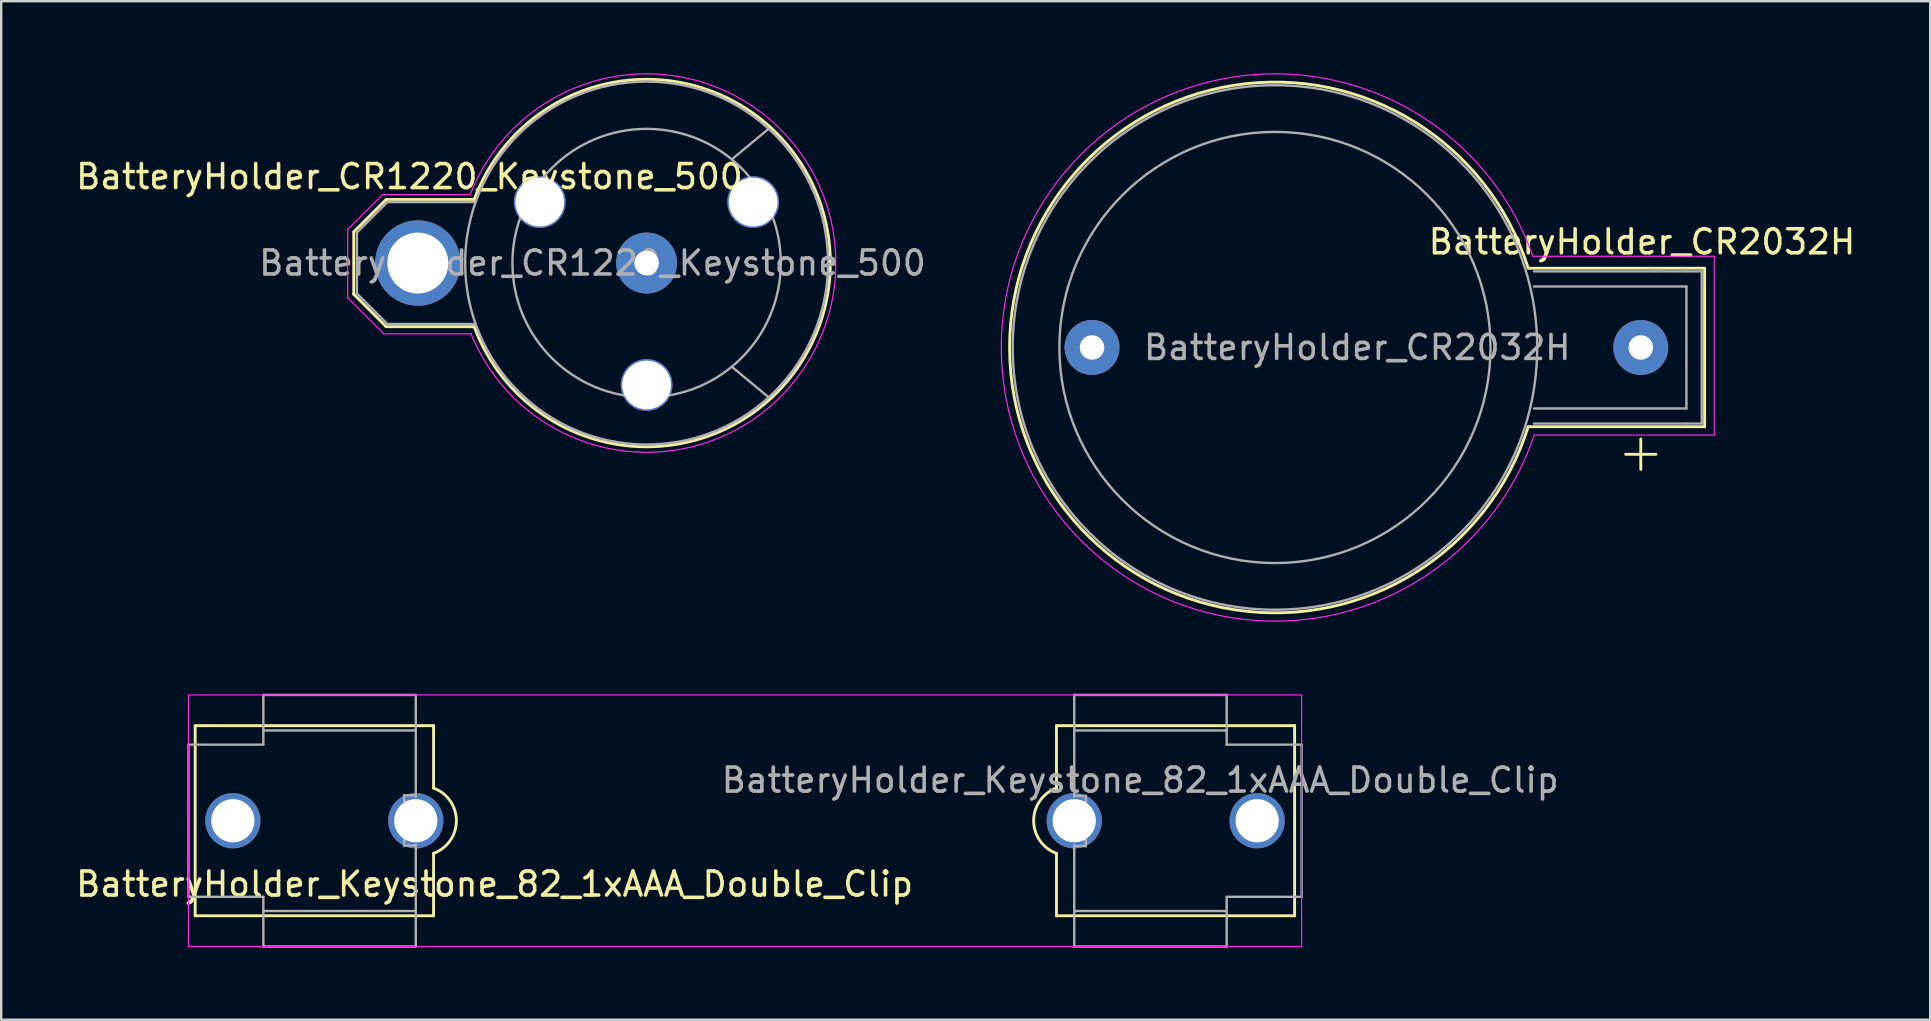
<source format=kicad_pcb>
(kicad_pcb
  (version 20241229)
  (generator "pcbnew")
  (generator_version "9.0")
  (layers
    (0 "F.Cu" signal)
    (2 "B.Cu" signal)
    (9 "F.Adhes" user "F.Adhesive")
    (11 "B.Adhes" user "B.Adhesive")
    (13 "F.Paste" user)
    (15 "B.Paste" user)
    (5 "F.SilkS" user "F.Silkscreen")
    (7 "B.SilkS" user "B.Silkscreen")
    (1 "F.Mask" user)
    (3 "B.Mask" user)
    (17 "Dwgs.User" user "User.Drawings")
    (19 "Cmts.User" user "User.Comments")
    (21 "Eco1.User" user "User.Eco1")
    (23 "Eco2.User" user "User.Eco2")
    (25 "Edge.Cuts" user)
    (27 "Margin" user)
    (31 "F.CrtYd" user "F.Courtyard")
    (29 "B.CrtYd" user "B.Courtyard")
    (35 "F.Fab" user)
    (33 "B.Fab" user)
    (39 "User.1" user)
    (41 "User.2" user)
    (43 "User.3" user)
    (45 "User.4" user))
  (footprint "BatteryHolder_Keystone_82_1xAAA_Double_Clip"
    (layer "F.Cu")
    (at 14.271 31.14)
    (property "Reference" "BatteryHolder_Keystone_82_1xAAA_Double_Clip" (at 3.283 2.64 180) (layer "F.SilkS") (effects (font (size 1 1) (thickness 0.15))))
    (attr through_hole)
    (fp_line (start -9.19 -3.96) (end -9.19 3.96) (stroke (width 0.12) (type solid)) (layer "F.SilkS"))
    (fp_line (start -9.19 3.96) (end 0.74 3.96) (stroke (width 0.12) (type solid)) (layer "F.SilkS"))
    (fp_line (start 0.74 -3.96) (end -9.19 -3.96) (stroke (width 0.12) (type solid)) (layer "F.SilkS"))
    (fp_line (start 0.74 -1.36) (end 0.74 -3.96) (stroke (width 0.12) (type solid)) (layer "F.SilkS"))
    (fp_line (start 0.74 3.96) (end 0.74 1.36) (stroke (width 0.12) (type solid)) (layer "F.SilkS"))
    (fp_line (start 26.69 -3.96) (end 26.69 -1.36) (stroke (width 0.12) (type solid)) (layer "F.SilkS"))
    (fp_line (start 26.69 1.36) (end 26.69 3.96) (stroke (width 0.12) (type solid)) (layer "F.SilkS"))
    (fp_line (start 26.697 3.96) (end 36.61 3.96) (stroke (width 0.12) (type solid)) (layer "F.SilkS"))
    (fp_line (start 36.61 -3.96) (end 26.697 -3.96) (stroke (width 0.12) (type solid)) (layer "F.SilkS"))
    (fp_line (start 36.61 3.96) (end 36.61 -3.96) (stroke (width 0.12) (type solid)) (layer "F.SilkS"))
    (fp_arc (start 0.74 -1.36) (mid 1.69094 0) (end 0.74 1.36) (stroke (width 0.12) (type solid)) (layer "F.SilkS"))
    (fp_arc (start 26.69 1.36) (mid 25.73906 0) (end 26.69 -1.36) (stroke (width 0.12) (type solid)) (layer "F.SilkS"))
    (fp_line (start -9.47 -5.24) (end 36.9 -5.24) (stroke (width 0.05) (type solid)) (layer "F.CrtYd"))
    (fp_line (start -9.47 5.24) (end -9.47 -5.24) (stroke (width 0.05) (type solid)) (layer "F.CrtYd"))
    (fp_line (start 36.9 -5.24) (end 36.9 5.24) (stroke (width 0.05) (type solid)) (layer "F.CrtYd"))
    (fp_line (start 36.9 5.24) (end -9.47 5.24) (stroke (width 0.05) (type solid)) (layer "F.CrtYd"))
    (fp_line (start -9.47 3.17) (end -9.47 -3.17) (stroke (width 0.1) (type solid)) (layer "F.Fab"))
    (fp_line (start -9.47 3.17) (end -6.35 3.17) (stroke (width 0.1) (type solid)) (layer "F.Fab"))
    (fp_line (start -6.35 -5.24) (end -6.35 -3.17) (stroke (width 0.1) (type solid)) (layer "F.Fab"))
    (fp_line (start -6.35 -3.17) (end -9.47 -3.17) (stroke (width 0.1) (type solid)) (layer "F.Fab"))
    (fp_line (start -6.35 5.24) (end -6.35 3.17) (stroke (width 0.1) (type solid)) (layer "F.Fab"))
    (fp_line (start -0.484 -1.059) (end 0 -1.059) (stroke (width 0.1) (type solid)) (layer "F.Fab"))
    (fp_line (start -0.484 -0.798) (end -0.484 -1.059) (stroke (width 0.1) (type solid)) (layer "F.Fab"))
    (fp_line (start -0.484 -0.798) (end -0.426 -0.798) (stroke (width 0.1) (type solid)) (layer "F.Fab"))
    (fp_line (start -0.484 0.774) (end -0.484 1.036) (stroke (width 0.1) (type solid)) (layer "F.Fab"))
    (fp_line (start -0.484 1.036) (end 0 1.036) (stroke (width 0.1) (type solid)) (layer "F.Fab"))
    (fp_line (start -0.426 0.774) (end -0.484 0.774) (stroke (width 0.1) (type solid)) (layer "F.Fab"))
    (fp_line (start -0.426 0.774) (end -0.426 -0.798) (stroke (width 0.1) (type solid)) (layer "F.Fab"))
    (fp_line (start 0 -5.24) (end -6.35 -5.24) (stroke (width 0.1) (type solid)) (layer "F.Fab"))
    (fp_line (start 0 -3.76) (end -6.35 -3.76) (stroke (width 0.1) (type solid)) (layer "F.Fab"))
    (fp_line (start 0 -1) (end 0 -5.24) (stroke (width 0.1) (type solid)) (layer "F.Fab"))
    (fp_line (start 0 1) (end 0 5.24) (stroke (width 0.1) (type solid)) (layer "F.Fab"))
    (fp_line (start 0 3.76) (end -6.35 3.76) (stroke (width 0.1) (type solid)) (layer "F.Fab"))
    (fp_line (start 0 5.24) (end -6.35 5.24) (stroke (width 0.1) (type solid)) (layer "F.Fab"))
    (fp_line (start 27.43 -5.24) (end 33.78 -5.24) (stroke (width 0.1) (type solid)) (layer "F.Fab"))
    (fp_line (start 27.43 -3.76) (end 33.78 -3.76) (stroke (width 0.1) (type solid)) (layer "F.Fab"))
    (fp_line (start 27.43 -1) (end 27.43 -5.24) (stroke (width 0.1) (type solid)) (layer "F.Fab"))
    (fp_line (start 27.43 1) (end 27.43 5.24) (stroke (width 0.1) (type solid)) (layer "F.Fab"))
    (fp_line (start 27.43 3.76) (end 33.78 3.76) (stroke (width 0.1) (type solid)) (layer "F.Fab"))
    (fp_line (start 27.43 5.24) (end 33.78 5.24) (stroke (width 0.1) (type solid)) (layer "F.Fab"))
    (fp_line (start 27.856 -0.774) (end 27.856 0.798) (stroke (width 0.1) (type solid)) (layer "F.Fab"))
    (fp_line (start 27.856 -0.774) (end 27.914 -0.774) (stroke (width 0.1) (type solid)) (layer "F.Fab"))
    (fp_line (start 27.914 -1.036) (end 27.43 -1.036) (stroke (width 0.1) (type solid)) (layer "F.Fab"))
    (fp_line (start 27.914 -0.774) (end 27.914 -1.036) (stroke (width 0.1) (type solid)) (layer "F.Fab"))
    (fp_line (start 27.914 0.798) (end 27.856 0.798) (stroke (width 0.1) (type solid)) (layer "F.Fab"))
    (fp_line (start 27.914 0.798) (end 27.914 1.059) (stroke (width 0.1) (type solid)) (layer "F.Fab"))
    (fp_line (start 27.914 1.059) (end 27.43 1.059) (stroke (width 0.1) (type solid)) (layer "F.Fab"))
    (fp_line (start 33.78 -5.24) (end 33.78 -3.17) (stroke (width 0.1) (type solid)) (layer "F.Fab"))
    (fp_line (start 33.78 3.17) (end 36.9 3.17) (stroke (width 0.1) (type solid)) (layer "F.Fab"))
    (fp_line (start 33.78 5.24) (end 33.78 3.17) (stroke (width 0.1) (type solid)) (layer "F.Fab"))
    (fp_line (start 36.9 -3.17) (end 33.78 -3.17) (stroke (width 0.1) (type solid)) (layer "F.Fab"))
    (fp_line (start 36.9 -3.17) (end 36.9 3.17) (stroke (width 0.1) (type solid)) (layer "F.Fab"))
    (fp_text user "${REFERENCE}" (at 30.177 -1.69 0) (layer "F.Fab") (effects (font (size 1 1) (thickness 0.15))))
    (pad "1" thru_hole circle (at -7.62 0 180) (size 2.3 2.3) (drill 1.8) (layers "*.Cu" "*.Mask"))
    (pad "1" thru_hole circle (at 0 0 180) (size 2.3 2.3) (drill 1.8) (layers "*.Cu" "*.Mask"))
    (pad "2" thru_hole circle (at 27.43 0) (size 2.3 2.3) (drill 1.8) (layers "*.Cu" "*.Mask"))
    (pad "2" thru_hole circle (at 35.05 0) (size 2.3 2.3) (drill 1.8) (layers "*.Cu" "*.Mask")))
  (footprint "BatteryHolder_CR1220_Keystone_500"
    (layer "F.Cu")
    (at 14.356 7.908)
    (property "Reference" "BatteryHolder_CR1220_Keystone_500" (at -0.35 -3.6 0) (layer "F.SilkS") (effects (font (size 1 1) (thickness 0.15))))
    (attr through_hole)
    (fp_line (start -2.67 -1.3) (end -1.32 -2.65) (stroke (width 0.12) (type solid)) (layer "F.SilkS"))
    (fp_line (start -2.67 1.3) (end -2.67 -1.3) (stroke (width 0.12) (type solid)) (layer "F.SilkS"))
    (fp_line (start -1.32 -2.65) (end 2.33 -2.65) (stroke (width 0.12) (type solid)) (layer "F.SilkS"))
    (fp_line (start -1.32 2.65) (end -2.67 1.3) (stroke (width 0.12) (type solid)) (layer "F.SilkS"))
    (fp_line (start 2.33 2.65) (end -1.32 2.65) (stroke (width 0.12) (type solid)) (layer "F.SilkS"))
    (fp_arc (start 2.33 -2.6) (mid 17.185039 -0.019344) (end 2.343232 2.636355) (stroke (width 0.12) (type solid)) (layer "F.SilkS"))
    (fp_line (start -2.92 -1.4) (end -1.47 -2.85) (stroke (width 0.05) (type solid)) (layer "F.CrtYd"))
    (fp_line (start -2.92 1.45) (end -2.92 -1.4) (stroke (width 0.05) (type solid)) (layer "F.CrtYd"))
    (fp_line (start -1.47 -2.85) (end 2.18 -2.85) (stroke (width 0.05) (type solid)) (layer "F.CrtYd"))
    (fp_line (start -1.42 2.95) (end -2.92 1.45) (stroke (width 0.05) (type solid)) (layer "F.CrtYd"))
    (fp_line (start 2.23 2.95) (end -1.42 2.95) (stroke (width 0.05) (type solid)) (layer "F.CrtYd"))
    (fp_arc (start 2.18 -2.85) (mid 17.413098 -0.042094) (end 2.210855 2.92833) (stroke (width 0.05) (type solid)) (layer "F.CrtYd"))
    (fp_line (start -2.54 -1.27) (end -1.27 -2.54) (stroke (width 0.1) (type solid)) (layer "F.Fab"))
    (fp_line (start -2.54 1.27) (end -2.54 -1.27) (stroke (width 0.1) (type solid)) (layer "F.Fab"))
    (fp_line (start -1.27 -2.54) (end 2.41 -2.54) (stroke (width 0.1) (type solid)) (layer "F.Fab"))
    (fp_line (start -1.27 2.54) (end -2.54 1.27) (stroke (width 0.1) (type solid)) (layer "F.Fab"))
    (fp_line (start -1.27 2.54) (end 2.41 2.54) (stroke (width 0.1) (type solid)) (layer "F.Fab"))
    (fp_line (start 13.08 -4.32) (end 14.61 -5.59) (stroke (width 0.1) (type solid)) (layer "F.Fab"))
    (fp_line (start 13.08 4.32) (end 14.61 5.59) (stroke (width 0.1) (type solid)) (layer "F.Fab"))
    (fp_circle (center 9.53 0) (end 2.41 2.54) (stroke (width 0.1) (type solid)) (fill no) (layer "F.Fab"))
    (fp_circle (center 9.53 0) (end 3.94 0) (stroke (width 0.1) (type solid)) (fill no) (layer "F.Fab"))
    (fp_text user "${REFERENCE}" (at 7.275 0 0) (layer "F.Fab") (effects (font (size 1 1) (thickness 0.15))))
    (pad "" thru_hole circle (at 5.08 -2.54) (size 2.16 2.16) (drill 2.03) (layers "*.Cu" "*.Mask"))
    (pad "" thru_hole circle (at 9.53 5.08) (size 2.16 2.16) (drill 2.03) (layers "*.Cu" "*.Mask"))
    (pad "" thru_hole circle (at 13.97 -2.54) (size 2.16 2.16) (drill 2.03) (layers "*.Cu" "*.Mask"))
    (pad "1" thru_hole circle (at 0 0) (size 3.56 3.56) (drill 2.54) (layers "*.Cu" "*.Mask"))
    (pad "2" thru_hole circle (at 9.53 0) (size 2.54 2.54) (drill 1.02) (layers "*.Cu" "*.Mask")))
  (footprint "BatteryHolder_CR2032H"
    (layer "F.Cu")
    (at 65.302 11.425)
    (property "Reference" "BatteryHolder_CR2032H" (at 0.05 -4.4 0) (layer "F.SilkS") (effects (font (size 1 1) (thickness 0.15))))
    (attr through_hole)
    (fp_line (start -4.69 -3.3) (end 2.66 -3.3) (stroke (width 0.12) (type solid)) (layer "F.SilkS"))
    (fp_line (start -0.63 4.45) (end 0.63 4.45) (stroke (width 0.12) (type solid)) (layer "F.SilkS"))
    (fp_line (start 0 3.81) (end 0 5.08) (stroke (width 0.12) (type solid)) (layer "F.SilkS"))
    (fp_line (start 2.66 -3.3) (end 2.66 3.3) (stroke (width 0.12) (type solid)) (layer "F.SilkS"))
    (fp_line (start 2.66 3.3) (end -4.69 3.3) (stroke (width 0.12) (type solid)) (layer "F.SilkS"))
    (fp_arc (start -4.69 3.3) (mid -26.294043 0.02518) (end -4.705144 -3.34803) (stroke (width 0.12) (type solid)) (layer "F.SilkS"))
    (fp_line (start -4.49 -3.8) (end 3.06 -3.8) (stroke (width 0.05) (type solid)) (layer "F.CrtYd"))
    (fp_line (start 3.06 -3.8) (end 3.06 3.65) (stroke (width 0.05) (type solid)) (layer "F.CrtYd"))
    (fp_line (start 3.06 3.65) (end -4.44 3.65) (stroke (width 0.05) (type solid)) (layer "F.CrtYd"))
    (fp_arc (start -4.44 3.65) (mid -26.639924 0.064993) (end -4.482319 -3.772905) (stroke (width 0.05) (type solid)) (layer "F.CrtYd"))
    (fp_line (start -4.45 -3.17) (end 0.63 -3.17) (stroke (width 0.1) (type solid)) (layer "F.Fab"))
    (fp_line (start -4.45 -2.54) (end 1.9 -2.54) (stroke (width 0.1) (type solid)) (layer "F.Fab"))
    (fp_line (start 0.63 -3.17) (end 1.9 -3.17) (stroke (width 0.1) (type solid)) (layer "F.Fab"))
    (fp_line (start 1.9 -3.17) (end 2.54 -3.17) (stroke (width 0.1) (type solid)) (layer "F.Fab"))
    (fp_line (start 1.9 -2.54) (end 1.9 2.54) (stroke (width 0.1) (type solid)) (layer "F.Fab"))
    (fp_line (start 1.9 2.54) (end -4.45 2.54) (stroke (width 0.1) (type solid)) (layer "F.Fab"))
    (fp_line (start 1.9 3.17) (end -4.45 3.17) (stroke (width 0.1) (type solid)) (layer "F.Fab"))
    (fp_line (start 2.54 -3.17) (end 2.54 3.17) (stroke (width 0.1) (type solid)) (layer "F.Fab"))
    (fp_line (start 2.54 3.17) (end 1.9 3.17) (stroke (width 0.1) (type solid)) (layer "F.Fab"))
    (fp_circle (center -15.24 0) (end -16.51 -8.89) (stroke (width 0.1) (type solid)) (fill no) (layer "F.Fab"))
    (fp_circle (center -15.24 0) (end -8.89 8.89) (stroke (width 0.1) (type solid)) (fill no) (layer "F.Fab"))
    (fp_text user "${REFERENCE}" (at -11.812 0 0) (layer "F.Fab") (effects (font (size 1 1) (thickness 0.15))))
    (pad "1" thru_hole circle (at 0 0) (size 2.29 2.29) (drill 1.02) (layers "*.Cu" "*.Mask"))
    (pad "2" thru_hole circle (at -22.86 0) (size 2.29 2.29) (drill 1.02) (layers "*.Cu" "*.Mask")))
  (gr_rect
    (start -3 -3)
    (end 77.358 39.43)
    (stroke (width 0.1) (type default))
    (fill no)
    (layer "Edge.Cuts")))
</source>
